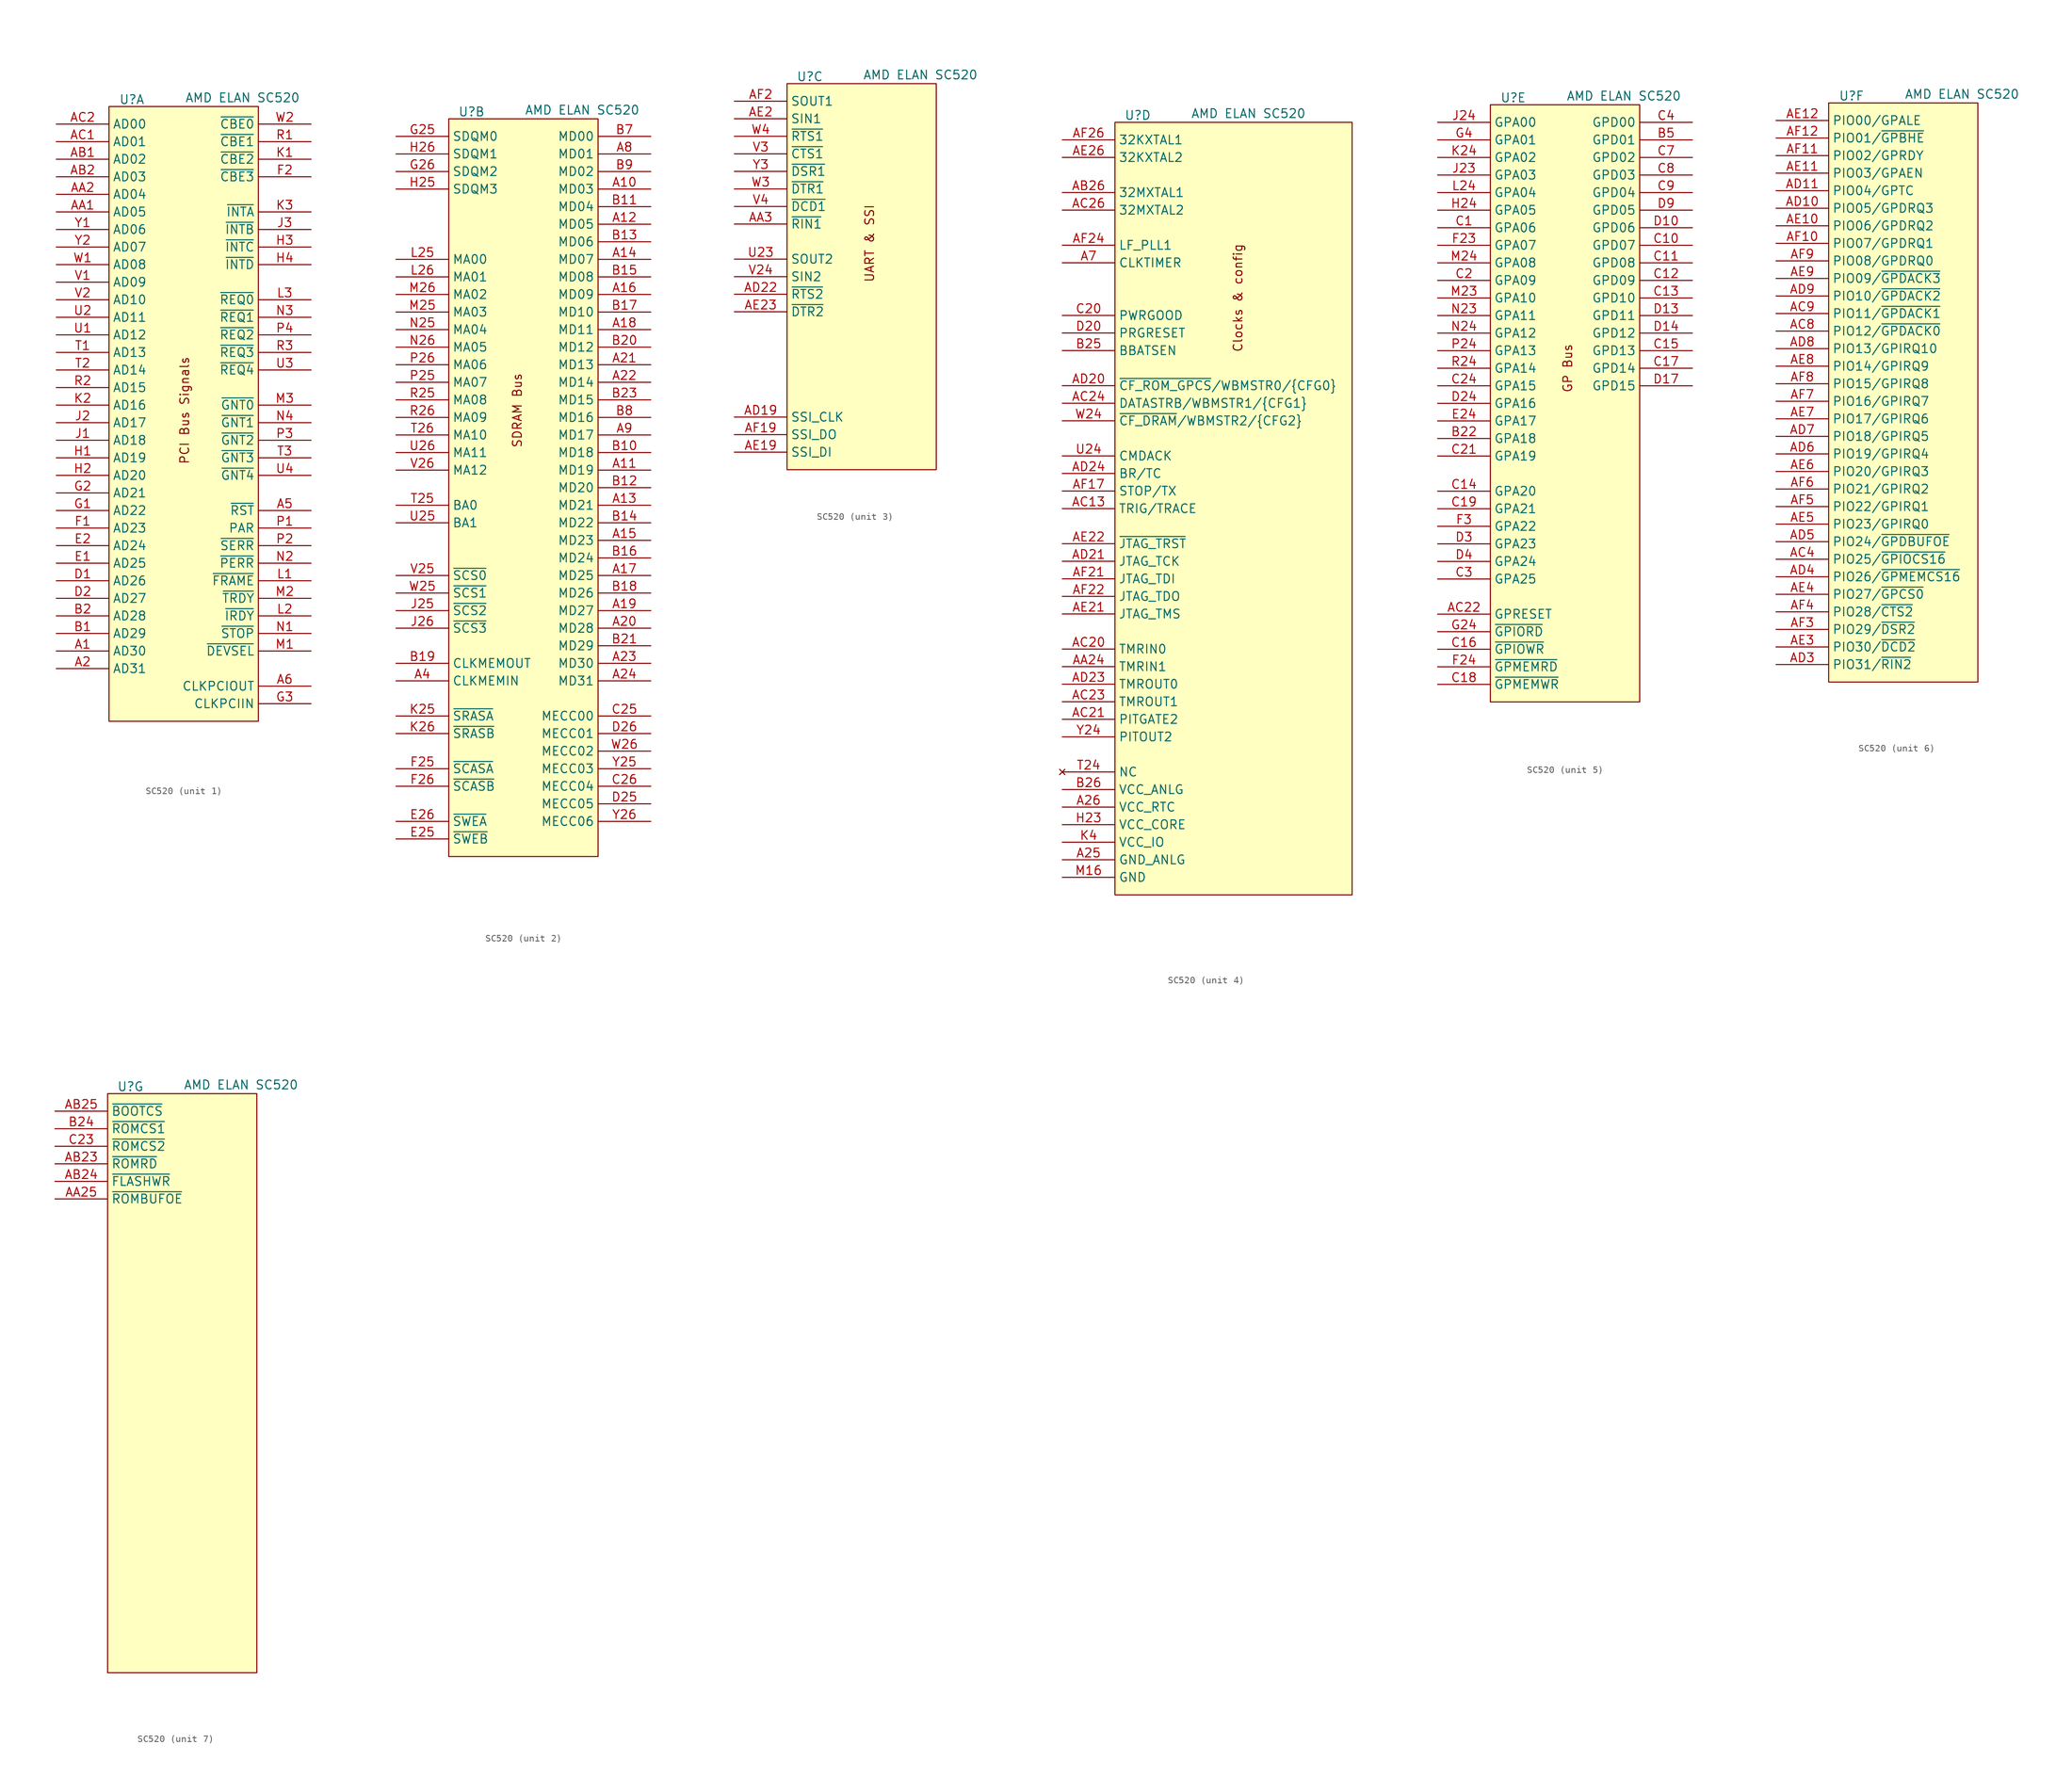
<source format=kicad_sym>
(kicad_symbol_lib
  (version 20241209)
  (generator "kicad_symbol_editor")
  (generator_version "9.0")
  (symbol "SC520"
    (property "Reference" "U"
      (at -4.318 1.016 0)
      (effects (font (size 1.27 1.27))))
    (property "Value" "AMD ELAN SC520"
      (at 11.684 1.27 0)
      (effects (font (size 1.27 1.27))))
    (property "ki_locked" ""
      (at 0 0 0)
      (effects (font (size 1.27 1.27))))
    (symbol "SC520_1_1"
      (rectangle (start -7.62 0) (end 13.97 -88.9) (stroke (width 0) (type solid)) (fill (type background)))
      (text "PCI Bus Signals" (at 3.302 -43.942 900) (effects (font (size 1.27 1.27))))
      (pin input line (at -15.24 -2.54 0) (length 7.62) (name "AD00" (effects (font (size 1.27 1.27)))) (number "AC2" (effects (font (size 1.27 1.27)))))
      (pin input line (at -15.24 -5.08 0) (length 7.62) (name "AD01" (effects (font (size 1.27 1.27)))) (number "AC1" (effects (font (size 1.27 1.27)))))
      (pin input line (at -15.24 -7.62 0) (length 7.62) (name "AD02" (effects (font (size 1.27 1.27)))) (number "AB1" (effects (font (size 1.27 1.27)))))
      (pin input line (at -15.24 -10.16 0) (length 7.62) (name "AD03" (effects (font (size 1.27 1.27)))) (number "AB2" (effects (font (size 1.27 1.27)))))
      (pin input line (at -15.24 -12.7 0) (length 7.62) (name "AD04" (effects (font (size 1.27 1.27)))) (number "AA2" (effects (font (size 1.27 1.27)))))
      (pin input line (at -15.24 -15.24 0) (length 7.62) (name "AD05" (effects (font (size 1.27 1.27)))) (number "AA1" (effects (font (size 1.27 1.27)))))
      (pin input line (at -15.24 -17.78 0) (length 7.62) (name "AD06" (effects (font (size 1.27 1.27)))) (number "Y1" (effects (font (size 1.27 1.27)))))
      (pin input line (at -15.24 -20.32 0) (length 7.62) (name "AD07" (effects (font (size 1.27 1.27)))) (number "Y2" (effects (font (size 1.27 1.27)))))
      (pin input line (at -15.24 -22.86 0) (length 7.62) (name "AD08" (effects (font (size 1.27 1.27)))) (number "W1" (effects (font (size 1.27 1.27)))))
      (pin input line (at -15.24 -25.4 0) (length 7.62) (name "AD09" (effects (font (size 1.27 1.27)))) (number "V1" (effects (font (size 1.27 1.27)))))
      (pin input line (at -15.24 -27.94 0) (length 7.62) (name "AD10" (effects (font (size 1.27 1.27)))) (number "V2" (effects (font (size 1.27 1.27)))))
      (pin input line (at -15.24 -30.48 0) (length 7.62) (name "AD11" (effects (font (size 1.27 1.27)))) (number "U2" (effects (font (size 1.27 1.27)))))
      (pin input line (at -15.24 -33.02 0) (length 7.62) (name "AD12" (effects (font (size 1.27 1.27)))) (number "U1" (effects (font (size 1.27 1.27)))))
      (pin input line (at -15.24 -35.56 0) (length 7.62) (name "AD13" (effects (font (size 1.27 1.27)))) (number "T1" (effects (font (size 1.27 1.27)))))
      (pin input line (at -15.24 -38.1 0) (length 7.62) (name "AD14" (effects (font (size 1.27 1.27)))) (number "T2" (effects (font (size 1.27 1.27)))))
      (pin input line (at -15.24 -40.64 0) (length 7.62) (name "AD15" (effects (font (size 1.27 1.27)))) (number "R2" (effects (font (size 1.27 1.27)))))
      (pin input line (at -15.24 -43.18 0) (length 7.62) (name "AD16" (effects (font (size 1.27 1.27)))) (number "K2" (effects (font (size 1.27 1.27)))))
      (pin input line (at -15.24 -45.72 0) (length 7.62) (name "AD17" (effects (font (size 1.27 1.27)))) (number "J2" (effects (font (size 1.27 1.27)))))
      (pin input line (at -15.24 -48.26 0) (length 7.62) (name "AD18" (effects (font (size 1.27 1.27)))) (number "J1" (effects (font (size 1.27 1.27)))))
      (pin input line (at -15.24 -50.8 0) (length 7.62) (name "AD19" (effects (font (size 1.27 1.27)))) (number "H1" (effects (font (size 1.27 1.27)))))
      (pin input line (at -15.24 -53.34 0) (length 7.62) (name "AD20" (effects (font (size 1.27 1.27)))) (number "H2" (effects (font (size 1.27 1.27)))))
      (pin input line (at -15.24 -55.88 0) (length 7.62) (name "AD21" (effects (font (size 1.27 1.27)))) (number "G2" (effects (font (size 1.27 1.27)))))
      (pin input line (at -15.24 -58.42 0) (length 7.62) (name "AD22" (effects (font (size 1.27 1.27)))) (number "G1" (effects (font (size 1.27 1.27)))))
      (pin input line (at -15.24 -60.96 0) (length 7.62) (name "AD23" (effects (font (size 1.27 1.27)))) (number "F1" (effects (font (size 1.27 1.27)))))
      (pin input line (at -15.24 -63.5 0) (length 7.62) (name "AD24" (effects (font (size 1.27 1.27)))) (number "E2" (effects (font (size 1.27 1.27)))))
      (pin input line (at -15.24 -66.04 0) (length 7.62) (name "AD25" (effects (font (size 1.27 1.27)))) (number "E1" (effects (font (size 1.27 1.27)))))
      (pin input line (at -15.24 -68.58 0) (length 7.62) (name "AD26" (effects (font (size 1.27 1.27)))) (number "D1" (effects (font (size 1.27 1.27)))))
      (pin input line (at -15.24 -71.12 0) (length 7.62) (name "AD27" (effects (font (size 1.27 1.27)))) (number "D2" (effects (font (size 1.27 1.27)))))
      (pin input line (at -15.24 -73.66 0) (length 7.62) (name "AD28" (effects (font (size 1.27 1.27)))) (number "B2" (effects (font (size 1.27 1.27)))))
      (pin input line (at -15.24 -76.2 0) (length 7.62) (name "AD29" (effects (font (size 1.27 1.27)))) (number "B1" (effects (font (size 1.27 1.27)))))
      (pin input line (at -15.24 -78.74 0) (length 7.62) (name "AD30" (effects (font (size 1.27 1.27)))) (number "A1" (effects (font (size 1.27 1.27)))))
      (pin input line (at -15.24 -81.28 0) (length 7.62) (name "AD31" (effects (font (size 1.27 1.27)))) (number "A2" (effects (font (size 1.27 1.27)))))
      (pin passive line (at 21.59 -2.54 180) (length 7.62) (name "~{CBE0}" (effects (font (size 1.27 1.27)))) (number "W2" (effects (font (size 1.27 1.27)))))
      (pin passive line (at 21.59 -5.08 180) (length 7.62) (name "~{CBE1}" (effects (font (size 1.27 1.27)))) (number "R1" (effects (font (size 1.27 1.27)))))
      (pin passive line (at 21.59 -7.62 180) (length 7.62) (name "~{CBE2}" (effects (font (size 1.27 1.27)))) (number "K1" (effects (font (size 1.27 1.27)))))
      (pin passive line (at 21.59 -10.16 180) (length 7.62) (name "~{CBE3}" (effects (font (size 1.27 1.27)))) (number "F2" (effects (font (size 1.27 1.27)))))
      (pin passive line (at 21.59 -15.24 180) (length 7.62) (name "~{INTA}" (effects (font (size 1.27 1.27)))) (number "K3" (effects (font (size 1.27 1.27)))))
      (pin passive line (at 21.59 -17.78 180) (length 7.62) (name "~{INTB}" (effects (font (size 1.27 1.27)))) (number "J3" (effects (font (size 1.27 1.27)))))
      (pin passive line (at 21.59 -20.32 180) (length 7.62) (name "~{INTC}" (effects (font (size 1.27 1.27)))) (number "H3" (effects (font (size 1.27 1.27)))))
      (pin passive line (at 21.59 -22.86 180) (length 7.62) (name "~{INTD}" (effects (font (size 1.27 1.27)))) (number "H4" (effects (font (size 1.27 1.27)))))
      (pin passive line (at 21.59 -27.94 180) (length 7.62) (name "~{REQ0}" (effects (font (size 1.27 1.27)))) (number "L3" (effects (font (size 1.27 1.27)))))
      (pin passive line (at 21.59 -30.48 180) (length 7.62) (name "~{REQ1}" (effects (font (size 1.27 1.27)))) (number "N3" (effects (font (size 1.27 1.27)))))
      (pin passive line (at 21.59 -33.02 180) (length 7.62) (name "~{REQ2}" (effects (font (size 1.27 1.27)))) (number "P4" (effects (font (size 1.27 1.27)))))
      (pin passive line (at 21.59 -35.56 180) (length 7.62) (name "~{REQ3}" (effects (font (size 1.27 1.27)))) (number "R3" (effects (font (size 1.27 1.27)))))
      (pin passive line (at 21.59 -38.1 180) (length 7.62) (name "~{REQ4}" (effects (font (size 1.27 1.27)))) (number "U3" (effects (font (size 1.27 1.27)))))
      (pin passive line (at 21.59 -43.18 180) (length 7.62) (name "~{GNT0}" (effects (font (size 1.27 1.27)))) (number "M3" (effects (font (size 1.27 1.27)))))
      (pin passive line (at 21.59 -45.72 180) (length 7.62) (name "~{GNT1}" (effects (font (size 1.27 1.27)))) (number "N4" (effects (font (size 1.27 1.27)))))
      (pin passive line (at 21.59 -48.26 180) (length 7.62) (name "~{GNT2}" (effects (font (size 1.27 1.27)))) (number "P3" (effects (font (size 1.27 1.27)))))
      (pin passive line (at 21.59 -50.8 180) (length 7.62) (name "~{GNT3}" (effects (font (size 1.27 1.27)))) (number "T3" (effects (font (size 1.27 1.27)))))
      (pin passive line (at 21.59 -53.34 180) (length 7.62) (name "~{GNT4}" (effects (font (size 1.27 1.27)))) (number "U4" (effects (font (size 1.27 1.27)))))
      (pin passive line (at 21.59 -58.42 180) (length 7.62) (name "~{RST}" (effects (font (size 1.27 1.27)))) (number "A5" (effects (font (size 1.27 1.27)))))
      (pin passive line (at 21.59 -60.96 180) (length 7.62) (name "PAR" (effects (font (size 1.27 1.27)))) (number "P1" (effects (font (size 1.27 1.27)))))
      (pin passive line (at 21.59 -63.5 180) (length 7.62) (name "~{SERR}" (effects (font (size 1.27 1.27)))) (number "P2" (effects (font (size 1.27 1.27)))))
      (pin passive line (at 21.59 -66.04 180) (length 7.62) (name "~{PERR}" (effects (font (size 1.27 1.27)))) (number "N2" (effects (font (size 1.27 1.27)))))
      (pin passive line (at 21.59 -68.58 180) (length 7.62) (name "~{FRAME}" (effects (font (size 1.27 1.27)))) (number "L1" (effects (font (size 1.27 1.27)))))
      (pin passive line (at 21.59 -71.12 180) (length 7.62) (name "~{TRDY}" (effects (font (size 1.27 1.27)))) (number "M2" (effects (font (size 1.27 1.27)))))
      (pin passive line (at 21.59 -73.66 180) (length 7.62) (name "~{IRDY}" (effects (font (size 1.27 1.27)))) (number "L2" (effects (font (size 1.27 1.27)))))
      (pin passive line (at 21.59 -76.2 180) (length 7.62) (name "~{STOP}" (effects (font (size 1.27 1.27)))) (number "N1" (effects (font (size 1.27 1.27)))))
      (pin passive line (at 21.59 -78.74 180) (length 7.62) (name "~{DEVSEL}" (effects (font (size 1.27 1.27)))) (number "M1" (effects (font (size 1.27 1.27)))))
      (pin passive line (at 21.59 -83.82 180) (length 7.62) (name "CLKPCIOUT" (effects (font (size 1.27 1.27)))) (number "A6" (effects (font (size 1.27 1.27)))))
      (pin passive line (at 21.59 -86.36 180) (length 7.62) (name "CLKPCIIN" (effects (font (size 1.27 1.27)))) (number "G3" (effects (font (size 1.27 1.27))))))
    (symbol "SC520_2_1"
      (rectangle (start -7.62 0) (end 13.97 -106.68) (stroke (width 0) (type solid)) (fill (type background)))
      (text "SDRAM Bus\n" (at 2.286 -42.164 900) (effects (font (size 1.27 1.27))))
      (pin passive line (at -15.24 -2.54 0) (length 7.62) (name "SDQM0" (effects (font (size 1.27 1.27)))) (number "G25" (effects (font (size 1.27 1.27)))))
      (pin passive line (at -15.24 -5.08 0) (length 7.62) (name "SDQM1" (effects (font (size 1.27 1.27)))) (number "H26" (effects (font (size 1.27 1.27)))))
      (pin passive line (at -15.24 -7.62 0) (length 7.62) (name "SDQM2" (effects (font (size 1.27 1.27)))) (number "G26" (effects (font (size 1.27 1.27)))))
      (pin passive line (at -15.24 -10.16 0) (length 7.62) (name "SDQM3" (effects (font (size 1.27 1.27)))) (number "H25" (effects (font (size 1.27 1.27)))))
      (pin passive line (at -15.24 -20.32 0) (length 7.62) (name "MA00" (effects (font (size 1.27 1.27)))) (number "L25" (effects (font (size 1.27 1.27)))))
      (pin passive line (at -15.24 -22.86 0) (length 7.62) (name "MA01" (effects (font (size 1.27 1.27)))) (number "L26" (effects (font (size 1.27 1.27)))))
      (pin passive line (at -15.24 -25.4 0) (length 7.62) (name "MA02" (effects (font (size 1.27 1.27)))) (number "M26" (effects (font (size 1.27 1.27)))))
      (pin passive line (at -15.24 -27.94 0) (length 7.62) (name "MA03" (effects (font (size 1.27 1.27)))) (number "M25" (effects (font (size 1.27 1.27)))))
      (pin passive line (at -15.24 -30.48 0) (length 7.62) (name "MA04" (effects (font (size 1.27 1.27)))) (number "N25" (effects (font (size 1.27 1.27)))))
      (pin passive line (at -15.24 -33.02 0) (length 7.62) (name "MA05" (effects (font (size 1.27 1.27)))) (number "N26" (effects (font (size 1.27 1.27)))))
      (pin passive line (at -15.24 -35.56 0) (length 7.62) (name "MA06" (effects (font (size 1.27 1.27)))) (number "P26" (effects (font (size 1.27 1.27)))))
      (pin passive line (at -15.24 -38.1 0) (length 7.62) (name "MA07" (effects (font (size 1.27 1.27)))) (number "P25" (effects (font (size 1.27 1.27)))))
      (pin passive line (at -15.24 -40.64 0) (length 7.62) (name "MA08" (effects (font (size 1.27 1.27)))) (number "R25" (effects (font (size 1.27 1.27)))))
      (pin passive line (at -15.24 -43.18 0) (length 7.62) (name "MA09" (effects (font (size 1.27 1.27)))) (number "R26" (effects (font (size 1.27 1.27)))))
      (pin passive line (at -15.24 -45.72 0) (length 7.62) (name "MA10" (effects (font (size 1.27 1.27)))) (number "T26" (effects (font (size 1.27 1.27)))))
      (pin passive line (at -15.24 -48.26 0) (length 7.62) (name "MA11" (effects (font (size 1.27 1.27)))) (number "U26" (effects (font (size 1.27 1.27)))))
      (pin passive line (at -15.24 -50.8 0) (length 7.62) (name "MA12" (effects (font (size 1.27 1.27)))) (number "V26" (effects (font (size 1.27 1.27)))))
      (pin passive line (at -15.24 -55.88 0) (length 7.62) (name "BA0" (effects (font (size 1.27 1.27)))) (number "T25" (effects (font (size 1.27 1.27)))))
      (pin passive line (at -15.24 -58.42 0) (length 7.62) (name "BA1" (effects (font (size 1.27 1.27)))) (number "U25" (effects (font (size 1.27 1.27)))))
      (pin passive line (at -15.24 -66.04 0) (length 7.62) (name "~{SCS0}" (effects (font (size 1.27 1.27)))) (number "V25" (effects (font (size 1.27 1.27)))))
      (pin passive line (at -15.24 -68.58 0) (length 7.62) (name "~{SCS1}" (effects (font (size 1.27 1.27)))) (number "W25" (effects (font (size 1.27 1.27)))))
      (pin passive line (at -15.24 -71.12 0) (length 7.62) (name "~{SCS2}" (effects (font (size 1.27 1.27)))) (number "J25" (effects (font (size 1.27 1.27)))))
      (pin passive line (at -15.24 -73.66 0) (length 7.62) (name "~{SCS3}" (effects (font (size 1.27 1.27)))) (number "J26" (effects (font (size 1.27 1.27)))))
      (pin passive line (at -15.24 -78.74 0) (length 7.62) (name "CLKMEMOUT" (effects (font (size 1.27 1.27)))) (number "B19" (effects (font (size 1.27 1.27)))))
      (pin passive line (at -15.24 -81.28 0) (length 7.62) (name "CLKMEMIN" (effects (font (size 1.27 1.27)))) (number "A4" (effects (font (size 1.27 1.27)))))
      (pin passive line (at -15.24 -86.36 0) (length 7.62) (name "~{SRASA}" (effects (font (size 1.27 1.27)))) (number "K25" (effects (font (size 1.27 1.27)))))
      (pin passive line (at -15.24 -88.9 0) (length 7.62) (name "~{SRASB}" (effects (font (size 1.27 1.27)))) (number "K26" (effects (font (size 1.27 1.27)))))
      (pin passive line (at -15.24 -93.98 0) (length 7.62) (name "~{SCASA}" (effects (font (size 1.27 1.27)))) (number "F25" (effects (font (size 1.27 1.27)))))
      (pin passive line (at -15.24 -96.52 0) (length 7.62) (name "~{SCASB}" (effects (font (size 1.27 1.27)))) (number "F26" (effects (font (size 1.27 1.27)))))
      (pin passive line (at -15.24 -101.6 0) (length 7.62) (name "~{SWEA}" (effects (font (size 1.27 1.27)))) (number "E26" (effects (font (size 1.27 1.27)))))
      (pin passive line (at -15.24 -104.14 0) (length 7.62) (name "~{SWEB}" (effects (font (size 1.27 1.27)))) (number "E25" (effects (font (size 1.27 1.27)))))
      (pin passive line (at 21.59 -2.54 180) (length 7.62) (name "MD00" (effects (font (size 1.27 1.27)))) (number "B7" (effects (font (size 1.27 1.27)))))
      (pin passive line (at 21.59 -5.08 180) (length 7.62) (name "MD01" (effects (font (size 1.27 1.27)))) (number "A8" (effects (font (size 1.27 1.27)))))
      (pin passive line (at 21.59 -7.62 180) (length 7.62) (name "MD02" (effects (font (size 1.27 1.27)))) (number "B9" (effects (font (size 1.27 1.27)))))
      (pin passive line (at 21.59 -10.16 180) (length 7.62) (name "MD03" (effects (font (size 1.27 1.27)))) (number "A10" (effects (font (size 1.27 1.27)))))
      (pin passive line (at 21.59 -12.7 180) (length 7.62) (name "MD04" (effects (font (size 1.27 1.27)))) (number "B11" (effects (font (size 1.27 1.27)))))
      (pin passive line (at 21.59 -15.24 180) (length 7.62) (name "MD05" (effects (font (size 1.27 1.27)))) (number "A12" (effects (font (size 1.27 1.27)))))
      (pin passive line (at 21.59 -17.78 180) (length 7.62) (name "MD06" (effects (font (size 1.27 1.27)))) (number "B13" (effects (font (size 1.27 1.27)))))
      (pin passive line (at 21.59 -20.32 180) (length 7.62) (name "MD07" (effects (font (size 1.27 1.27)))) (number "A14" (effects (font (size 1.27 1.27)))))
      (pin passive line (at 21.59 -22.86 180) (length 7.62) (name "MD08" (effects (font (size 1.27 1.27)))) (number "B15" (effects (font (size 1.27 1.27)))))
      (pin passive line (at 21.59 -25.4 180) (length 7.62) (name "MD09" (effects (font (size 1.27 1.27)))) (number "A16" (effects (font (size 1.27 1.27)))))
      (pin passive line (at 21.59 -27.94 180) (length 7.62) (name "MD10" (effects (font (size 1.27 1.27)))) (number "B17" (effects (font (size 1.27 1.27)))))
      (pin passive line (at 21.59 -30.48 180) (length 7.62) (name "MD11" (effects (font (size 1.27 1.27)))) (number "A18" (effects (font (size 1.27 1.27)))))
      (pin passive line (at 21.59 -33.02 180) (length 7.62) (name "MD12" (effects (font (size 1.27 1.27)))) (number "B20" (effects (font (size 1.27 1.27)))))
      (pin passive line (at 21.59 -35.56 180) (length 7.62) (name "MD13" (effects (font (size 1.27 1.27)))) (number "A21" (effects (font (size 1.27 1.27)))))
      (pin passive line (at 21.59 -38.1 180) (length 7.62) (name "MD14" (effects (font (size 1.27 1.27)))) (number "A22" (effects (font (size 1.27 1.27)))))
      (pin passive line (at 21.59 -40.64 180) (length 7.62) (name "MD15" (effects (font (size 1.27 1.27)))) (number "B23" (effects (font (size 1.27 1.27)))))
      (pin passive line (at 21.59 -43.18 180) (length 7.62) (name "MD16" (effects (font (size 1.27 1.27)))) (number "B8" (effects (font (size 1.27 1.27)))))
      (pin passive line (at 21.59 -45.72 180) (length 7.62) (name "MD17" (effects (font (size 1.27 1.27)))) (number "A9" (effects (font (size 1.27 1.27)))))
      (pin passive line (at 21.59 -48.26 180) (length 7.62) (name "MD18" (effects (font (size 1.27 1.27)))) (number "B10" (effects (font (size 1.27 1.27)))))
      (pin passive line (at 21.59 -50.8 180) (length 7.62) (name "MD19" (effects (font (size 1.27 1.27)))) (number "A11" (effects (font (size 1.27 1.27)))))
      (pin passive line (at 21.59 -53.34 180) (length 7.62) (name "MD20" (effects (font (size 1.27 1.27)))) (number "B12" (effects (font (size 1.27 1.27)))))
      (pin passive line (at 21.59 -55.88 180) (length 7.62) (name "MD21" (effects (font (size 1.27 1.27)))) (number "A13" (effects (font (size 1.27 1.27)))))
      (pin passive line (at 21.59 -58.42 180) (length 7.62) (name "MD22" (effects (font (size 1.27 1.27)))) (number "B14" (effects (font (size 1.27 1.27)))))
      (pin passive line (at 21.59 -60.96 180) (length 7.62) (name "MD23" (effects (font (size 1.27 1.27)))) (number "A15" (effects (font (size 1.27 1.27)))))
      (pin passive line (at 21.59 -63.5 180) (length 7.62) (name "MD24" (effects (font (size 1.27 1.27)))) (number "B16" (effects (font (size 1.27 1.27)))))
      (pin passive line (at 21.59 -66.04 180) (length 7.62) (name "MD25" (effects (font (size 1.27 1.27)))) (number "A17" (effects (font (size 1.27 1.27)))))
      (pin passive line (at 21.59 -68.58 180) (length 7.62) (name "MD26" (effects (font (size 1.27 1.27)))) (number "B18" (effects (font (size 1.27 1.27)))))
      (pin passive line (at 21.59 -71.12 180) (length 7.62) (name "MD27" (effects (font (size 1.27 1.27)))) (number "A19" (effects (font (size 1.27 1.27)))))
      (pin passive line (at 21.59 -73.66 180) (length 7.62) (name "MD28" (effects (font (size 1.27 1.27)))) (number "A20" (effects (font (size 1.27 1.27)))))
      (pin passive line (at 21.59 -76.2 180) (length 7.62) (name "MD29" (effects (font (size 1.27 1.27)))) (number "B21" (effects (font (size 1.27 1.27)))))
      (pin passive line (at 21.59 -78.74 180) (length 7.62) (name "MD30" (effects (font (size 1.27 1.27)))) (number "A23" (effects (font (size 1.27 1.27)))))
      (pin passive line (at 21.59 -81.28 180) (length 7.62) (name "MD31" (effects (font (size 1.27 1.27)))) (number "A24" (effects (font (size 1.27 1.27)))))
      (pin passive line (at 21.59 -86.36 180) (length 7.62) (name "MECC00" (effects (font (size 1.27 1.27)))) (number "C25" (effects (font (size 1.27 1.27)))))
      (pin passive line (at 21.59 -88.9 180) (length 7.62) (name "MECC01" (effects (font (size 1.27 1.27)))) (number "D26" (effects (font (size 1.27 1.27)))))
      (pin passive line (at 21.59 -91.44 180) (length 7.62) (name "MECC02" (effects (font (size 1.27 1.27)))) (number "W26" (effects (font (size 1.27 1.27)))))
      (pin passive line (at 21.59 -93.98 180) (length 7.62) (name "MECC03" (effects (font (size 1.27 1.27)))) (number "Y25" (effects (font (size 1.27 1.27)))))
      (pin passive line (at 21.59 -96.52 180) (length 7.62) (name "MECC04" (effects (font (size 1.27 1.27)))) (number "C26" (effects (font (size 1.27 1.27)))))
      (pin passive line (at 21.59 -99.06 180) (length 7.62) (name "MECC05" (effects (font (size 1.27 1.27)))) (number "D25" (effects (font (size 1.27 1.27)))))
      (pin passive line (at 21.59 -101.6 180) (length 7.62) (name "MECC06" (effects (font (size 1.27 1.27)))) (number "Y26" (effects (font (size 1.27 1.27))))))
    (symbol "SC520_3_1"
      (rectangle (start -7.62 0) (end 13.97 -55.88) (stroke (width 0) (type solid)) (fill (type background)))
      (text "UART & SSI" (at 4.318 -23.114 900) (effects (font (size 1.27 1.27))))
      (pin passive line (at -15.24 -2.54 0) (length 7.62) (name "SOUT1" (effects (font (size 1.27 1.27)))) (number "AF2" (effects (font (size 1.27 1.27)))))
      (pin passive line (at -15.24 -5.08 0) (length 7.62) (name "SIN1" (effects (font (size 1.27 1.27)))) (number "AE2" (effects (font (size 1.27 1.27)))))
      (pin passive line (at -15.24 -7.62 0) (length 7.62) (name "~{RTS1}" (effects (font (size 1.27 1.27)))) (number "W4" (effects (font (size 1.27 1.27)))))
      (pin passive line (at -15.24 -10.16 0) (length 7.62) (name "~{CTS1}" (effects (font (size 1.27 1.27)))) (number "V3" (effects (font (size 1.27 1.27)))))
      (pin passive line (at -15.24 -12.7 0) (length 7.62) (name "~{DSR1}" (effects (font (size 1.27 1.27)))) (number "Y3" (effects (font (size 1.27 1.27)))))
      (pin passive line (at -15.24 -15.24 0) (length 7.62) (name "~{DTR1}" (effects (font (size 1.27 1.27)))) (number "W3" (effects (font (size 1.27 1.27)))))
      (pin passive line (at -15.24 -17.78 0) (length 7.62) (name "~{DCD1}" (effects (font (size 1.27 1.27)))) (number "V4" (effects (font (size 1.27 1.27)))))
      (pin passive line (at -15.24 -20.32 0) (length 7.62) (name "~{RIN1}" (effects (font (size 1.27 1.27)))) (number "AA3" (effects (font (size 1.27 1.27)))))
      (pin passive line (at -15.24 -25.4 0) (length 7.62) (name "SOUT2" (effects (font (size 1.27 1.27)))) (number "U23" (effects (font (size 1.27 1.27)))))
      (pin passive line (at -15.24 -27.94 0) (length 7.62) (name "SIN2" (effects (font (size 1.27 1.27)))) (number "V24" (effects (font (size 1.27 1.27)))))
      (pin passive line (at -15.24 -30.48 0) (length 7.62) (name "~{RTS2}" (effects (font (size 1.27 1.27)))) (number "AD22" (effects (font (size 1.27 1.27)))))
      (pin passive line (at -15.24 -33.02 0) (length 7.62) (name "~{DTR2}" (effects (font (size 1.27 1.27)))) (number "AE23" (effects (font (size 1.27 1.27)))))
      (pin passive line (at -15.24 -48.26 0) (length 7.62) (name "SSI_CLK" (effects (font (size 1.27 1.27)))) (number "AD19" (effects (font (size 1.27 1.27)))))
      (pin passive line (at -15.24 -50.8 0) (length 7.62) (name "SSI_DO" (effects (font (size 1.27 1.27)))) (number "AF19" (effects (font (size 1.27 1.27)))))
      (pin passive line (at -15.24 -53.34 0) (length 7.62) (name "SSI_DI" (effects (font (size 1.27 1.27)))) (number "AE19" (effects (font (size 1.27 1.27))))))
    (symbol "SC520_4_1"
      (rectangle (start -7.62 0) (end 26.67 -111.76) (stroke (width 0) (type solid)) (fill (type background)))
      (text "Clocks & config" (at 10.16 -25.4 900) (effects (font (size 1.27 1.27))))
      (pin passive line (at -15.24 -2.54 0) (length 7.62) (name "32KXTAL1" (effects (font (size 1.27 1.27)))) (number "AF26" (effects (font (size 1.27 1.27)))))
      (pin passive line (at -15.24 -5.08 0) (length 7.62) (name "32KXTAL2" (effects (font (size 1.27 1.27)))) (number "AE26" (effects (font (size 1.27 1.27)))))
      (pin passive line (at -15.24 -10.16 0) (length 7.62) (name "32MXTAL1" (effects (font (size 1.27 1.27)))) (number "AB26" (effects (font (size 1.27 1.27)))))
      (pin passive line (at -15.24 -12.7 0) (length 7.62) (name "32MXTAL2" (effects (font (size 1.27 1.27)))) (number "AC26" (effects (font (size 1.27 1.27)))))
      (pin passive line (at -15.24 -17.78 0) (length 7.62) (name "LF_PLL1" (effects (font (size 1.27 1.27)))) (number "AF24" (effects (font (size 1.27 1.27)))))
      (pin passive line (at -15.24 -20.32 0) (length 7.62) (name "CLKTIMER" (effects (font (size 1.27 1.27)))) (number "A7" (effects (font (size 1.27 1.27)))))
      (pin passive line (at -15.24 -27.94 0) (length 7.62) (name "PWRGOOD" (effects (font (size 1.27 1.27)))) (number "C20" (effects (font (size 1.27 1.27)))))
      (pin passive line (at -15.24 -30.48 0) (length 7.62) (name "PRGRESET" (effects (font (size 1.27 1.27)))) (number "D20" (effects (font (size 1.27 1.27)))))
      (pin passive line (at -15.24 -33.02 0) (length 7.62) (name "BBATSEN" (effects (font (size 1.27 1.27)))) (number "B25" (effects (font (size 1.27 1.27)))))
      (pin passive line (at -15.24 -38.1 0) (length 7.62) (name "~{CF_ROM_GPCS}/WBMSTR0/{CFG0}" (effects (font (size 1.27 1.27)))) (number "AD20" (effects (font (size 1.27 1.27)))))
      (pin passive line (at -15.24 -40.64 0) (length 7.62) (name "DATASTRB/WBMSTR1/{CFG1}" (effects (font (size 1.27 1.27)))) (number "AC24" (effects (font (size 1.27 1.27)))))
      (pin passive line (at -15.24 -43.18 0) (length 7.62) (name "~{CF_DRAM}/WBMSTR2/{CFG2}" (effects (font (size 1.27 1.27)))) (number "W24" (effects (font (size 1.27 1.27)))))
      (pin passive line (at -15.24 -48.26 0) (length 7.62) (name "CMDACK" (effects (font (size 1.27 1.27)))) (number "U24" (effects (font (size 1.27 1.27)))))
      (pin passive line (at -15.24 -50.8 0) (length 7.62) (name "BR/TC" (effects (font (size 1.27 1.27)))) (number "AD24" (effects (font (size 1.27 1.27)))))
      (pin passive line (at -15.24 -53.34 0) (length 7.62) (name "STOP/TX" (effects (font (size 1.27 1.27)))) (number "AF17" (effects (font (size 1.27 1.27)))))
      (pin passive line (at -15.24 -55.88 0) (length 7.62) (name "TRIG/TRACE" (effects (font (size 1.27 1.27)))) (number "AC13" (effects (font (size 1.27 1.27)))))
      (pin passive line (at -15.24 -60.96 0) (length 7.62) (name "~{JTAG_TRST}" (effects (font (size 1.27 1.27)))) (number "AE22" (effects (font (size 1.27 1.27)))))
      (pin passive line (at -15.24 -63.5 0) (length 7.62) (name "JTAG_TCK" (effects (font (size 1.27 1.27)))) (number "AD21" (effects (font (size 1.27 1.27)))))
      (pin passive line (at -15.24 -66.04 0) (length 7.62) (name "JTAG_TDI" (effects (font (size 1.27 1.27)))) (number "AF21" (effects (font (size 1.27 1.27)))))
      (pin passive line (at -15.24 -68.58 0) (length 7.62) (name "JTAG_TDO" (effects (font (size 1.27 1.27)))) (number "AF22" (effects (font (size 1.27 1.27)))))
      (pin passive line (at -15.24 -71.12 0) (length 7.62) (name "JTAG_TMS" (effects (font (size 1.27 1.27)))) (number "AE21" (effects (font (size 1.27 1.27)))))
      (pin passive line (at -15.24 -76.2 0) (length 7.62) (name "TMRIN0" (effects (font (size 1.27 1.27)))) (number "AC20" (effects (font (size 1.27 1.27)))))
      (pin passive line (at -15.24 -78.74 0) (length 7.62) (name "TMRIN1" (effects (font (size 1.27 1.27)))) (number "AA24" (effects (font (size 1.27 1.27)))))
      (pin passive line (at -15.24 -81.28 0) (length 7.62) (name "TMROUT0" (effects (font (size 1.27 1.27)))) (number "AD23" (effects (font (size 1.27 1.27)))))
      (pin passive line (at -15.24 -83.82 0) (length 7.62) (name "TMROUT1" (effects (font (size 1.27 1.27)))) (number "AC23" (effects (font (size 1.27 1.27)))))
      (pin passive line (at -15.24 -86.36 0) (length 7.62) (name "PITGATE2" (effects (font (size 1.27 1.27)))) (number "AC21" (effects (font (size 1.27 1.27)))))
      (pin passive line (at -15.24 -88.9 0) (length 7.62) (name "PITOUT2" (effects (font (size 1.27 1.27)))) (number "Y24" (effects (font (size 1.27 1.27)))))
      (pin no_connect line (at -15.24 -93.98 0) (length 7.62) (hide yes) (name "NC" (effects (font (size 1.27 1.27)))) (number "A3" (effects (font (size 1.27 1.27)))))
      (pin no_connect line (at -15.24 -93.98 0) (length 7.62) (hide yes) (name "NC" (effects (font (size 1.27 1.27)))) (number "AA26" (effects (font (size 1.27 1.27)))))
      (pin no_connect line (at -15.24 -93.98 0) (length 7.62) (hide yes) (name "NC" (effects (font (size 1.27 1.27)))) (number "AB3" (effects (font (size 1.27 1.27)))))
      (pin no_connect line (at -15.24 -93.98 0) (length 7.62) (hide yes) (name "NC" (effects (font (size 1.27 1.27)))) (number "AB4" (effects (font (size 1.27 1.27)))))
      (pin no_connect line (at -15.24 -93.98 0) (length 7.62) (hide yes) (name "NC" (effects (font (size 1.27 1.27)))) (number "AC12" (effects (font (size 1.27 1.27)))))
      (pin no_connect line (at -15.24 -93.98 0) (length 7.62) (hide yes) (name "NC" (effects (font (size 1.27 1.27)))) (number "AC16" (effects (font (size 1.27 1.27)))))
      (pin no_connect line (at -15.24 -93.98 0) (length 7.62) (hide yes) (name "NC" (effects (font (size 1.27 1.27)))) (number "AC17" (effects (font (size 1.27 1.27)))))
      (pin no_connect line (at -15.24 -93.98 0) (length 7.62) (hide yes) (name "NC" (effects (font (size 1.27 1.27)))) (number "AC25" (effects (font (size 1.27 1.27)))))
      (pin no_connect line (at -15.24 -93.98 0) (length 7.62) (hide yes) (name "NC" (effects (font (size 1.27 1.27)))) (number "AC3" (effects (font (size 1.27 1.27)))))
      (pin no_connect line (at -15.24 -93.98 0) (length 7.62) (hide yes) (name "NC" (effects (font (size 1.27 1.27)))) (number "AD1" (effects (font (size 1.27 1.27)))))
      (pin no_connect line (at -15.24 -93.98 0) (length 7.62) (hide yes) (name "NC" (effects (font (size 1.27 1.27)))) (number "AD12" (effects (font (size 1.27 1.27)))))
      (pin no_connect line (at -15.24 -93.98 0) (length 7.62) (hide yes) (name "NC" (effects (font (size 1.27 1.27)))) (number "AD13" (effects (font (size 1.27 1.27)))))
      (pin no_connect line (at -15.24 -93.98 0) (length 7.62) (hide yes) (name "NC" (effects (font (size 1.27 1.27)))) (number "AD14" (effects (font (size 1.27 1.27)))))
      (pin no_connect line (at -15.24 -93.98 0) (length 7.62) (hide yes) (name "NC" (effects (font (size 1.27 1.27)))) (number "AD15" (effects (font (size 1.27 1.27)))))
      (pin no_connect line (at -15.24 -93.98 0) (length 7.62) (hide yes) (name "NC" (effects (font (size 1.27 1.27)))) (number "AD16" (effects (font (size 1.27 1.27)))))
      (pin no_connect line (at -15.24 -93.98 0) (length 7.62) (hide yes) (name "NC" (effects (font (size 1.27 1.27)))) (number "AD17" (effects (font (size 1.27 1.27)))))
      (pin no_connect line (at -15.24 -93.98 0) (length 7.62) (hide yes) (name "NC" (effects (font (size 1.27 1.27)))) (number "AD18" (effects (font (size 1.27 1.27)))))
      (pin no_connect line (at -15.24 -93.98 0) (length 7.62) (hide yes) (name "NC" (effects (font (size 1.27 1.27)))) (number "AD2" (effects (font (size 1.27 1.27)))))
      (pin no_connect line (at -15.24 -93.98 0) (length 7.62) (hide yes) (name "NC" (effects (font (size 1.27 1.27)))) (number "AD25" (effects (font (size 1.27 1.27)))))
      (pin no_connect line (at -15.24 -93.98 0) (length 7.62) (hide yes) (name "NC" (effects (font (size 1.27 1.27)))) (number "AD26" (effects (font (size 1.27 1.27)))))
      (pin no_connect line (at -15.24 -93.98 0) (length 7.62) (hide yes) (name "NC" (effects (font (size 1.27 1.27)))) (number "AE1" (effects (font (size 1.27 1.27)))))
      (pin no_connect line (at -15.24 -93.98 0) (length 7.62) (hide yes) (name "NC" (effects (font (size 1.27 1.27)))) (number "AE13" (effects (font (size 1.27 1.27)))))
      (pin no_connect line (at -15.24 -93.98 0) (length 7.62) (hide yes) (name "NC" (effects (font (size 1.27 1.27)))) (number "AE14" (effects (font (size 1.27 1.27)))))
      (pin no_connect line (at -15.24 -93.98 0) (length 7.62) (hide yes) (name "NC" (effects (font (size 1.27 1.27)))) (number "AE15" (effects (font (size 1.27 1.27)))))
      (pin no_connect line (at -15.24 -93.98 0) (length 7.62) (hide yes) (name "NC" (effects (font (size 1.27 1.27)))) (number "AE16" (effects (font (size 1.27 1.27)))))
      (pin no_connect line (at -15.24 -93.98 0) (length 7.62) (hide yes) (name "NC" (effects (font (size 1.27 1.27)))) (number "AE17" (effects (font (size 1.27 1.27)))))
      (pin no_connect line (at -15.24 -93.98 0) (length 7.62) (hide yes) (name "NC" (effects (font (size 1.27 1.27)))) (number "AE18" (effects (font (size 1.27 1.27)))))
      (pin no_connect line (at -15.24 -93.98 0) (length 7.62) (hide yes) (name "NC" (effects (font (size 1.27 1.27)))) (number "AE20" (effects (font (size 1.27 1.27)))))
      (pin no_connect line (at -15.24 -93.98 0) (length 7.62) (hide yes) (name "NC" (effects (font (size 1.27 1.27)))) (number "AE24" (effects (font (size 1.27 1.27)))))
      (pin no_connect line (at -15.24 -93.98 0) (length 7.62) (hide yes) (name "NC" (effects (font (size 1.27 1.27)))) (number "AE25" (effects (font (size 1.27 1.27)))))
      (pin no_connect line (at -15.24 -93.98 0) (length 7.62) (hide yes) (name "NC" (effects (font (size 1.27 1.27)))) (number "AF1" (effects (font (size 1.27 1.27)))))
      (pin no_connect line (at -15.24 -93.98 0) (length 7.62) (hide yes) (name "NC" (effects (font (size 1.27 1.27)))) (number "AF13" (effects (font (size 1.27 1.27)))))
      (pin no_connect line (at -15.24 -93.98 0) (length 7.62) (hide yes) (name "NC" (effects (font (size 1.27 1.27)))) (number "AF14" (effects (font (size 1.27 1.27)))))
      (pin no_connect line (at -15.24 -93.98 0) (length 7.62) (hide yes) (name "NC" (effects (font (size 1.27 1.27)))) (number "AF15" (effects (font (size 1.27 1.27)))))
      (pin no_connect line (at -15.24 -93.98 0) (length 7.62) (hide yes) (name "NC" (effects (font (size 1.27 1.27)))) (number "AF16" (effects (font (size 1.27 1.27)))))
      (pin no_connect line (at -15.24 -93.98 0) (length 7.62) (hide yes) (name "NC" (effects (font (size 1.27 1.27)))) (number "AF18" (effects (font (size 1.27 1.27)))))
      (pin no_connect line (at -15.24 -93.98 0) (length 7.62) (hide yes) (name "NC" (effects (font (size 1.27 1.27)))) (number "AF20" (effects (font (size 1.27 1.27)))))
      (pin no_connect line (at -15.24 -93.98 0) (length 7.62) (hide yes) (name "NC" (effects (font (size 1.27 1.27)))) (number "AF23" (effects (font (size 1.27 1.27)))))
      (pin no_connect line (at -15.24 -93.98 0) (length 7.62) (hide yes) (name "NC" (effects (font (size 1.27 1.27)))) (number "AF25" (effects (font (size 1.27 1.27)))))
      (pin no_connect line (at -15.24 -93.98 0) (length 7.62) (hide yes) (name "NC" (effects (font (size 1.27 1.27)))) (number "B3" (effects (font (size 1.27 1.27)))))
      (pin no_connect line (at -15.24 -93.98 0) (length 7.62) (hide yes) (name "NC" (effects (font (size 1.27 1.27)))) (number "B4" (effects (font (size 1.27 1.27)))))
      (pin no_connect line (at -15.24 -93.98 0) (length 7.62) (hide yes) (name "NC" (effects (font (size 1.27 1.27)))) (number "B6" (effects (font (size 1.27 1.27)))))
      (pin no_connect line (at -15.24 -93.98 0) (length 7.62) (hide yes) (name "NC" (effects (font (size 1.27 1.27)))) (number "C22" (effects (font (size 1.27 1.27)))))
      (pin no_connect line (at -15.24 -93.98 0) (length 7.62) (hide yes) (name "NC" (effects (font (size 1.27 1.27)))) (number "C5" (effects (font (size 1.27 1.27)))))
      (pin no_connect line (at -15.24 -93.98 0) (length 7.62) (hide yes) (name "NC" (effects (font (size 1.27 1.27)))) (number "C6" (effects (font (size 1.27 1.27)))))
      (pin no_connect line (at -15.24 -93.98 0) (length 7.62) (hide yes) (name "NC" (effects (font (size 1.27 1.27)))) (number "D23" (effects (font (size 1.27 1.27)))))
      (pin no_connect line (at -15.24 -93.98 0) (length 7.62) (hide yes) (name "NC" (effects (font (size 1.27 1.27)))) (number "E23" (effects (font (size 1.27 1.27)))))
      (pin no_connect line (at -15.24 -93.98 0) (length 7.62) (hide yes) (name "NC" (effects (font (size 1.27 1.27)))) (number "E3" (effects (font (size 1.27 1.27)))))
      (pin no_connect line (at -15.24 -93.98 0) (length 7.62) (hide yes) (name "NC" (effects (font (size 1.27 1.27)))) (number "T23" (effects (font (size 1.27 1.27)))))
      (pin no_connect line (at -15.24 -93.98 0) (length 7.62) (name "NC" (effects (font (size 1.27 1.27)))) (number "T24" (effects (font (size 1.27 1.27)))))
      (pin power_in line (at -15.24 -96.52 0) (length 7.62) (name "VCC_ANLG" (effects (font (size 1.27 1.27)))) (number "B26" (effects (font (size 1.27 1.27)))))
      (pin power_in line (at -15.24 -99.06 0) (length 7.62) (name "VCC_RTC" (effects (font (size 1.27 1.27)))) (number "A26" (effects (font (size 1.27 1.27)))))
      (pin power_in line (at -15.24 -101.6 0) (length 7.62) (hide yes) (name "VCC_CORE" (effects (font (size 1.27 1.27)))) (number "AC14" (effects (font (size 1.27 1.27)))))
      (pin power_in line (at -15.24 -101.6 0) (length 7.62) (hide yes) (name "VCC_CORE" (effects (font (size 1.27 1.27)))) (number "AC15" (effects (font (size 1.27 1.27)))))
      (pin power_in line (at -15.24 -101.6 0) (length 7.62) (hide yes) (name "VCC_CORE" (effects (font (size 1.27 1.27)))) (number "AC5" (effects (font (size 1.27 1.27)))))
      (pin power_in line (at -15.24 -101.6 0) (length 7.62) (hide yes) (name "VCC_CORE" (effects (font (size 1.27 1.27)))) (number "AC6" (effects (font (size 1.27 1.27)))))
      (pin power_in line (at -15.24 -101.6 0) (length 7.62) (hide yes) (name "VCC_CORE" (effects (font (size 1.27 1.27)))) (number "AC7" (effects (font (size 1.27 1.27)))))
      (pin power_in line (at -15.24 -101.6 0) (length 7.62) (hide yes) (name "VCC_CORE" (effects (font (size 1.27 1.27)))) (number "D11" (effects (font (size 1.27 1.27)))))
      (pin power_in line (at -15.24 -101.6 0) (length 7.62) (hide yes) (name "VCC_CORE" (effects (font (size 1.27 1.27)))) (number "D12" (effects (font (size 1.27 1.27)))))
      (pin power_in line (at -15.24 -101.6 0) (length 7.62) (hide yes) (name "VCC_CORE" (effects (font (size 1.27 1.27)))) (number "D18" (effects (font (size 1.27 1.27)))))
      (pin power_in line (at -15.24 -101.6 0) (length 7.62) (hide yes) (name "VCC_CORE" (effects (font (size 1.27 1.27)))) (number "D19" (effects (font (size 1.27 1.27)))))
      (pin power_in line (at -15.24 -101.6 0) (length 7.62) (hide yes) (name "VCC_CORE" (effects (font (size 1.27 1.27)))) (number "E4" (effects (font (size 1.27 1.27)))))
      (pin power_in line (at -15.24 -101.6 0) (length 7.62) (hide yes) (name "VCC_CORE" (effects (font (size 1.27 1.27)))) (number "F4" (effects (font (size 1.27 1.27)))))
      (pin power_in line (at -15.24 -101.6 0) (length 7.62) (hide yes) (name "VCC_CORE" (effects (font (size 1.27 1.27)))) (number "G23" (effects (font (size 1.27 1.27)))))
      (pin power_in line (at -15.24 -101.6 0) (length 7.62) (name "VCC_CORE" (effects (font (size 1.27 1.27)))) (number "H23" (effects (font (size 1.27 1.27)))))
      (pin power_in line (at -15.24 -101.6 0) (length 7.62) (hide yes) (name "VCC_CORE" (effects (font (size 1.27 1.27)))) (number "P23" (effects (font (size 1.27 1.27)))))
      (pin power_in line (at -15.24 -101.6 0) (length 7.62) (hide yes) (name "VCC_CORE" (effects (font (size 1.27 1.27)))) (number "R23" (effects (font (size 1.27 1.27)))))
      (pin power_in line (at -15.24 -101.6 0) (length 7.62) (hide yes) (name "VCC_CORE" (effects (font (size 1.27 1.27)))) (number "R4" (effects (font (size 1.27 1.27)))))
      (pin power_in line (at -15.24 -101.6 0) (length 7.62) (hide yes) (name "VCC_CORE" (effects (font (size 1.27 1.27)))) (number "T4" (effects (font (size 1.27 1.27)))))
      (pin power_in line (at -15.24 -104.14 0) (length 7.62) (hide yes) (name "VCC_IO" (effects (font (size 1.27 1.27)))) (number "AA23" (effects (font (size 1.27 1.27)))))
      (pin power_in line (at -15.24 -104.14 0) (length 7.62) (hide yes) (name "VCC_IO" (effects (font (size 1.27 1.27)))) (number "AA4" (effects (font (size 1.27 1.27)))))
      (pin power_in line (at -15.24 -104.14 0) (length 7.62) (hide yes) (name "VCC_IO" (effects (font (size 1.27 1.27)))) (number "AC10" (effects (font (size 1.27 1.27)))))
      (pin power_in line (at -15.24 -104.14 0) (length 7.62) (hide yes) (name "VCC_IO" (effects (font (size 1.27 1.27)))) (number "AC11" (effects (font (size 1.27 1.27)))))
      (pin power_in line (at -15.24 -104.14 0) (length 7.62) (hide yes) (name "VCC_IO" (effects (font (size 1.27 1.27)))) (number "AC18" (effects (font (size 1.27 1.27)))))
      (pin power_in line (at -15.24 -104.14 0) (length 7.62) (hide yes) (name "VCC_IO" (effects (font (size 1.27 1.27)))) (number "AC19" (effects (font (size 1.27 1.27)))))
      (pin power_in line (at -15.24 -104.14 0) (length 7.62) (hide yes) (name "VCC_IO" (effects (font (size 1.27 1.27)))) (number "D15" (effects (font (size 1.27 1.27)))))
      (pin power_in line (at -15.24 -104.14 0) (length 7.62) (hide yes) (name "VCC_IO" (effects (font (size 1.27 1.27)))) (number "D16" (effects (font (size 1.27 1.27)))))
      (pin power_in line (at -15.24 -104.14 0) (length 7.62) (hide yes) (name "VCC_IO" (effects (font (size 1.27 1.27)))) (number "D21" (effects (font (size 1.27 1.27)))))
      (pin power_in line (at -15.24 -104.14 0) (length 7.62) (hide yes) (name "VCC_IO" (effects (font (size 1.27 1.27)))) (number "D22" (effects (font (size 1.27 1.27)))))
      (pin power_in line (at -15.24 -104.14 0) (length 7.62) (hide yes) (name "VCC_IO" (effects (font (size 1.27 1.27)))) (number "D5" (effects (font (size 1.27 1.27)))))
      (pin power_in line (at -15.24 -104.14 0) (length 7.62) (hide yes) (name "VCC_IO" (effects (font (size 1.27 1.27)))) (number "D6" (effects (font (size 1.27 1.27)))))
      (pin power_in line (at -15.24 -104.14 0) (length 7.62) (hide yes) (name "VCC_IO" (effects (font (size 1.27 1.27)))) (number "D7" (effects (font (size 1.27 1.27)))))
      (pin power_in line (at -15.24 -104.14 0) (length 7.62) (hide yes) (name "VCC_IO" (effects (font (size 1.27 1.27)))) (number "D8" (effects (font (size 1.27 1.27)))))
      (pin power_in line (at -15.24 -104.14 0) (length 7.62) (hide yes) (name "VCC_IO" (effects (font (size 1.27 1.27)))) (number "J4" (effects (font (size 1.27 1.27)))))
      (pin power_in line (at -15.24 -104.14 0) (length 7.62) (hide yes) (name "VCC_IO" (effects (font (size 1.27 1.27)))) (number "K23" (effects (font (size 1.27 1.27)))))
      (pin power_in line (at -15.24 -104.14 0) (length 7.62) (name "VCC_IO" (effects (font (size 1.27 1.27)))) (number "K4" (effects (font (size 1.27 1.27)))))
      (pin power_in line (at -15.24 -104.14 0) (length 7.62) (hide yes) (name "VCC_IO" (effects (font (size 1.27 1.27)))) (number "L23" (effects (font (size 1.27 1.27)))))
      (pin power_in line (at -15.24 -104.14 0) (length 7.62) (hide yes) (name "VCC_IO" (effects (font (size 1.27 1.27)))) (number "L4" (effects (font (size 1.27 1.27)))))
      (pin power_in line (at -15.24 -104.14 0) (length 7.62) (hide yes) (name "VCC_IO" (effects (font (size 1.27 1.27)))) (number "M4" (effects (font (size 1.27 1.27)))))
      (pin power_in line (at -15.24 -104.14 0) (length 7.62) (hide yes) (name "VCC_IO" (effects (font (size 1.27 1.27)))) (number "V23" (effects (font (size 1.27 1.27)))))
      (pin power_in line (at -15.24 -104.14 0) (length 7.62) (hide yes) (name "VCC_IO" (effects (font (size 1.27 1.27)))) (number "W23" (effects (font (size 1.27 1.27)))))
      (pin power_in line (at -15.24 -104.14 0) (length 7.62) (hide yes) (name "VCC_IO" (effects (font (size 1.27 1.27)))) (number "Y23" (effects (font (size 1.27 1.27)))))
      (pin power_in line (at -15.24 -104.14 0) (length 7.62) (hide yes) (name "VCC_IO" (effects (font (size 1.27 1.27)))) (number "Y4" (effects (font (size 1.27 1.27)))))
      (pin power_in line (at -15.24 -106.68 0) (length 7.62) (name "GND_ANLG" (effects (font (size 1.27 1.27)))) (number "A25" (effects (font (size 1.27 1.27)))))
      (pin power_in line (at -15.24 -109.22 0) (length 7.62) (hide yes) (name "GND" (effects (font (size 1.27 1.27)))) (number "L11" (effects (font (size 1.27 1.27)))))
      (pin power_in line (at -15.24 -109.22 0) (length 7.62) (hide yes) (name "GND" (effects (font (size 1.27 1.27)))) (number "L12" (effects (font (size 1.27 1.27)))))
      (pin power_in line (at -15.24 -109.22 0) (length 7.62) (hide yes) (name "GND" (effects (font (size 1.27 1.27)))) (number "L13" (effects (font (size 1.27 1.27)))))
      (pin power_in line (at -15.24 -109.22 0) (length 7.62) (hide yes) (name "GND" (effects (font (size 1.27 1.27)))) (number "L14" (effects (font (size 1.27 1.27)))))
      (pin power_in line (at -15.24 -109.22 0) (length 7.62) (hide yes) (name "GND" (effects (font (size 1.27 1.27)))) (number "L15" (effects (font (size 1.27 1.27)))))
      (pin power_in line (at -15.24 -109.22 0) (length 7.62) (hide yes) (name "GND" (effects (font (size 1.27 1.27)))) (number "L16" (effects (font (size 1.27 1.27)))))
      (pin power_in line (at -15.24 -109.22 0) (length 7.62) (hide yes) (name "GND" (effects (font (size 1.27 1.27)))) (number "M11" (effects (font (size 1.27 1.27)))))
      (pin power_in line (at -15.24 -109.22 0) (length 7.62) (hide yes) (name "GND" (effects (font (size 1.27 1.27)))) (number "M12" (effects (font (size 1.27 1.27)))))
      (pin power_in line (at -15.24 -109.22 0) (length 7.62) (hide yes) (name "GND" (effects (font (size 1.27 1.27)))) (number "M13" (effects (font (size 1.27 1.27)))))
      (pin power_in line (at -15.24 -109.22 0) (length 7.62) (hide yes) (name "GND" (effects (font (size 1.27 1.27)))) (number "M14" (effects (font (size 1.27 1.27)))))
      (pin power_in line (at -15.24 -109.22 0) (length 7.62) (hide yes) (name "GND" (effects (font (size 1.27 1.27)))) (number "M15" (effects (font (size 1.27 1.27)))))
      (pin power_in line (at -15.24 -109.22 0) (length 7.62) (name "GND" (effects (font (size 1.27 1.27)))) (number "M16" (effects (font (size 1.27 1.27)))))
      (pin power_in line (at -15.24 -109.22 0) (length 7.62) (hide yes) (name "GND" (effects (font (size 1.27 1.27)))) (number "N11" (effects (font (size 1.27 1.27)))))
      (pin power_in line (at -15.24 -109.22 0) (length 7.62) (hide yes) (name "GND" (effects (font (size 1.27 1.27)))) (number "N12" (effects (font (size 1.27 1.27)))))
      (pin power_in line (at -15.24 -109.22 0) (length 7.62) (hide yes) (name "GND" (effects (font (size 1.27 1.27)))) (number "N13" (effects (font (size 1.27 1.27)))))
      (pin power_in line (at -15.24 -109.22 0) (length 7.62) (hide yes) (name "GND" (effects (font (size 1.27 1.27)))) (number "N14" (effects (font (size 1.27 1.27)))))
      (pin power_in line (at -15.24 -109.22 0) (length 7.62) (hide yes) (name "GND" (effects (font (size 1.27 1.27)))) (number "N15" (effects (font (size 1.27 1.27)))))
      (pin power_in line (at -15.24 -109.22 0) (length 7.62) (hide yes) (name "GND" (effects (font (size 1.27 1.27)))) (number "N16" (effects (font (size 1.27 1.27)))))
      (pin power_in line (at -15.24 -109.22 0) (length 7.62) (hide yes) (name "GND" (effects (font (size 1.27 1.27)))) (number "P11" (effects (font (size 1.27 1.27)))))
      (pin power_in line (at -15.24 -109.22 0) (length 7.62) (hide yes) (name "GND" (effects (font (size 1.27 1.27)))) (number "P12" (effects (font (size 1.27 1.27)))))
      (pin power_in line (at -15.24 -109.22 0) (length 7.62) (hide yes) (name "GND" (effects (font (size 1.27 1.27)))) (number "P13" (effects (font (size 1.27 1.27)))))
      (pin power_in line (at -15.24 -109.22 0) (length 7.62) (hide yes) (name "GND" (effects (font (size 1.27 1.27)))) (number "P14" (effects (font (size 1.27 1.27)))))
      (pin power_in line (at -15.24 -109.22 0) (length 7.62) (hide yes) (name "GND" (effects (font (size 1.27 1.27)))) (number "P15" (effects (font (size 1.27 1.27)))))
      (pin power_in line (at -15.24 -109.22 0) (length 7.62) (hide yes) (name "GND" (effects (font (size 1.27 1.27)))) (number "P16" (effects (font (size 1.27 1.27)))))
      (pin power_in line (at -15.24 -109.22 0) (length 7.62) (hide yes) (name "GND" (effects (font (size 1.27 1.27)))) (number "R11" (effects (font (size 1.27 1.27)))))
      (pin power_in line (at -15.24 -109.22 0) (length 7.62) (hide yes) (name "GND" (effects (font (size 1.27 1.27)))) (number "R12" (effects (font (size 1.27 1.27)))))
      (pin power_in line (at -15.24 -109.22 0) (length 7.62) (hide yes) (name "GND" (effects (font (size 1.27 1.27)))) (number "R13" (effects (font (size 1.27 1.27)))))
      (pin power_in line (at -15.24 -109.22 0) (length 7.62) (hide yes) (name "GND" (effects (font (size 1.27 1.27)))) (number "R14" (effects (font (size 1.27 1.27)))))
      (pin power_in line (at -15.24 -109.22 0) (length 7.62) (hide yes) (name "GND" (effects (font (size 1.27 1.27)))) (number "R15" (effects (font (size 1.27 1.27)))))
      (pin power_in line (at -15.24 -109.22 0) (length 7.62) (hide yes) (name "GND" (effects (font (size 1.27 1.27)))) (number "R16" (effects (font (size 1.27 1.27)))))
      (pin power_in line (at -15.24 -109.22 0) (length 7.62) (hide yes) (name "GND" (effects (font (size 1.27 1.27)))) (number "T11" (effects (font (size 1.27 1.27)))))
      (pin power_in line (at -15.24 -109.22 0) (length 7.62) (hide yes) (name "GND" (effects (font (size 1.27 1.27)))) (number "T12" (effects (font (size 1.27 1.27)))))
      (pin power_in line (at -15.24 -109.22 0) (length 7.62) (hide yes) (name "GND" (effects (font (size 1.27 1.27)))) (number "T13" (effects (font (size 1.27 1.27)))))
      (pin power_in line (at -15.24 -109.22 0) (length 7.62) (hide yes) (name "GND" (effects (font (size 1.27 1.27)))) (number "T14" (effects (font (size 1.27 1.27)))))
      (pin power_in line (at -15.24 -109.22 0) (length 7.62) (hide yes) (name "GND" (effects (font (size 1.27 1.27)))) (number "T15" (effects (font (size 1.27 1.27)))))
      (pin power_in line (at -15.24 -109.22 0) (length 7.62) (hide yes) (name "GND" (effects (font (size 1.27 1.27)))) (number "T16" (effects (font (size 1.27 1.27))))))
    (symbol "SC520_5_1"
      (rectangle (start -7.62 0) (end 13.97 -86.36) (stroke (width 0) (type solid)) (fill (type background)))
      (text "GP Bus" (at 3.556 -38.1 900) (effects (font (size 1.27 1.27))))
      (pin passive line (at -15.24 -2.54 0) (length 7.62) (name "GPA00" (effects (font (size 1.27 1.27)))) (number "J24" (effects (font (size 1.27 1.27)))))
      (pin passive line (at -15.24 -5.08 0) (length 7.62) (name "GPA01" (effects (font (size 1.27 1.27)))) (number "G4" (effects (font (size 1.27 1.27)))))
      (pin passive line (at -15.24 -7.62 0) (length 7.62) (name "GPA02" (effects (font (size 1.27 1.27)))) (number "K24" (effects (font (size 1.27 1.27)))))
      (pin passive line (at -15.24 -10.16 0) (length 7.62) (name "GPA03" (effects (font (size 1.27 1.27)))) (number "J23" (effects (font (size 1.27 1.27)))))
      (pin passive line (at -15.24 -12.7 0) (length 7.62) (name "GPA04" (effects (font (size 1.27 1.27)))) (number "L24" (effects (font (size 1.27 1.27)))))
      (pin passive line (at -15.24 -15.24 0) (length 7.62) (name "GPA05" (effects (font (size 1.27 1.27)))) (number "H24" (effects (font (size 1.27 1.27)))))
      (pin passive line (at -15.24 -17.78 0) (length 7.62) (name "GPA06" (effects (font (size 1.27 1.27)))) (number "C1" (effects (font (size 1.27 1.27)))))
      (pin passive line (at -15.24 -20.32 0) (length 7.62) (name "GPA07" (effects (font (size 1.27 1.27)))) (number "F23" (effects (font (size 1.27 1.27)))))
      (pin passive line (at -15.24 -22.86 0) (length 7.62) (name "GPA08" (effects (font (size 1.27 1.27)))) (number "M24" (effects (font (size 1.27 1.27)))))
      (pin passive line (at -15.24 -25.4 0) (length 7.62) (name "GPA09" (effects (font (size 1.27 1.27)))) (number "C2" (effects (font (size 1.27 1.27)))))
      (pin passive line (at -15.24 -27.94 0) (length 7.62) (name "GPA10" (effects (font (size 1.27 1.27)))) (number "M23" (effects (font (size 1.27 1.27)))))
      (pin passive line (at -15.24 -30.48 0) (length 7.62) (name "GPA11" (effects (font (size 1.27 1.27)))) (number "N23" (effects (font (size 1.27 1.27)))))
      (pin passive line (at -15.24 -33.02 0) (length 7.62) (name "GPA12" (effects (font (size 1.27 1.27)))) (number "N24" (effects (font (size 1.27 1.27)))))
      (pin passive line (at -15.24 -35.56 0) (length 7.62) (name "GPA13" (effects (font (size 1.27 1.27)))) (number "P24" (effects (font (size 1.27 1.27)))))
      (pin passive line (at -15.24 -38.1 0) (length 7.62) (name "GPA14" (effects (font (size 1.27 1.27)))) (number "R24" (effects (font (size 1.27 1.27)))))
      (pin passive line (at -15.24 -40.64 0) (length 7.62) (name "GPA15" (effects (font (size 1.27 1.27)))) (number "C24" (effects (font (size 1.27 1.27)))))
      (pin passive line (at -15.24 -43.18 0) (length 7.62) (name "GPA16" (effects (font (size 1.27 1.27)))) (number "D24" (effects (font (size 1.27 1.27)))))
      (pin passive line (at -15.24 -45.72 0) (length 7.62) (name "GPA17" (effects (font (size 1.27 1.27)))) (number "E24" (effects (font (size 1.27 1.27)))))
      (pin passive line (at -15.24 -48.26 0) (length 7.62) (name "GPA18" (effects (font (size 1.27 1.27)))) (number "B22" (effects (font (size 1.27 1.27)))))
      (pin passive line (at -15.24 -50.8 0) (length 7.62) (name "GPA19" (effects (font (size 1.27 1.27)))) (number "C21" (effects (font (size 1.27 1.27)))))
      (pin passive line (at -15.24 -55.88 0) (length 7.62) (name "GPA20" (effects (font (size 1.27 1.27)))) (number "C14" (effects (font (size 1.27 1.27)))))
      (pin passive line (at -15.24 -58.42 0) (length 7.62) (name "GPA21" (effects (font (size 1.27 1.27)))) (number "C19" (effects (font (size 1.27 1.27)))))
      (pin passive line (at -15.24 -60.96 0) (length 7.62) (name "GPA22" (effects (font (size 1.27 1.27)))) (number "F3" (effects (font (size 1.27 1.27)))))
      (pin passive line (at -15.24 -63.5 0) (length 7.62) (name "GPA23" (effects (font (size 1.27 1.27)))) (number "D3" (effects (font (size 1.27 1.27)))))
      (pin passive line (at -15.24 -66.04 0) (length 7.62) (name "GPA24" (effects (font (size 1.27 1.27)))) (number "D4" (effects (font (size 1.27 1.27)))))
      (pin passive line (at -15.24 -68.58 0) (length 7.62) (name "GPA25" (effects (font (size 1.27 1.27)))) (number "C3" (effects (font (size 1.27 1.27)))))
      (pin passive line (at -15.24 -73.66 0) (length 7.62) (name "GPRESET" (effects (font (size 1.27 1.27)))) (number "AC22" (effects (font (size 1.27 1.27)))))
      (pin passive line (at -15.24 -76.2 0) (length 7.62) (name "~{GPIORD}" (effects (font (size 1.27 1.27)))) (number "G24" (effects (font (size 1.27 1.27)))))
      (pin passive line (at -15.24 -78.74 0) (length 7.62) (name "~{GPIOWR}" (effects (font (size 1.27 1.27)))) (number "C16" (effects (font (size 1.27 1.27)))))
      (pin passive line (at -15.24 -81.28 0) (length 7.62) (name "~{GPMEMRD}" (effects (font (size 1.27 1.27)))) (number "F24" (effects (font (size 1.27 1.27)))))
      (pin passive line (at -15.24 -83.82 0) (length 7.62) (name "~{GPMEMWR}" (effects (font (size 1.27 1.27)))) (number "C18" (effects (font (size 1.27 1.27)))))
      (pin passive line (at 21.59 -2.54 180) (length 7.62) (name "GPD00" (effects (font (size 1.27 1.27)))) (number "C4" (effects (font (size 1.27 1.27)))))
      (pin passive line (at 21.59 -5.08 180) (length 7.62) (name "GPD01" (effects (font (size 1.27 1.27)))) (number "B5" (effects (font (size 1.27 1.27)))))
      (pin passive line (at 21.59 -7.62 180) (length 7.62) (name "GPD02" (effects (font (size 1.27 1.27)))) (number "C7" (effects (font (size 1.27 1.27)))))
      (pin passive line (at 21.59 -10.16 180) (length 7.62) (name "GPD03" (effects (font (size 1.27 1.27)))) (number "C8" (effects (font (size 1.27 1.27)))))
      (pin passive line (at 21.59 -12.7 180) (length 7.62) (name "GPD04" (effects (font (size 1.27 1.27)))) (number "C9" (effects (font (size 1.27 1.27)))))
      (pin passive line (at 21.59 -15.24 180) (length 7.62) (name "GPD05" (effects (font (size 1.27 1.27)))) (number "D9" (effects (font (size 1.27 1.27)))))
      (pin passive line (at 21.59 -17.78 180) (length 7.62) (name "GPD06" (effects (font (size 1.27 1.27)))) (number "D10" (effects (font (size 1.27 1.27)))))
      (pin passive line (at 21.59 -20.32 180) (length 7.62) (name "GPD07" (effects (font (size 1.27 1.27)))) (number "C10" (effects (font (size 1.27 1.27)))))
      (pin passive line (at 21.59 -22.86 180) (length 7.62) (name "GPD08" (effects (font (size 1.27 1.27)))) (number "C11" (effects (font (size 1.27 1.27)))))
      (pin passive line (at 21.59 -25.4 180) (length 7.62) (name "GPD09" (effects (font (size 1.27 1.27)))) (number "C12" (effects (font (size 1.27 1.27)))))
      (pin passive line (at 21.59 -27.94 180) (length 7.62) (name "GPD10" (effects (font (size 1.27 1.27)))) (number "C13" (effects (font (size 1.27 1.27)))))
      (pin passive line (at 21.59 -30.48 180) (length 7.62) (name "GPD11" (effects (font (size 1.27 1.27)))) (number "D13" (effects (font (size 1.27 1.27)))))
      (pin passive line (at 21.59 -33.02 180) (length 7.62) (name "GPD12" (effects (font (size 1.27 1.27)))) (number "D14" (effects (font (size 1.27 1.27)))))
      (pin passive line (at 21.59 -35.56 180) (length 7.62) (name "GPD13" (effects (font (size 1.27 1.27)))) (number "C15" (effects (font (size 1.27 1.27)))))
      (pin passive line (at 21.59 -38.1 180) (length 7.62) (name "GPD14" (effects (font (size 1.27 1.27)))) (number "C17" (effects (font (size 1.27 1.27)))))
      (pin passive line (at 21.59 -40.64 180) (length 7.62) (name "GPD15" (effects (font (size 1.27 1.27)))) (number "D17" (effects (font (size 1.27 1.27))))))
    (symbol "SC520_6_1"
      (rectangle (start -7.62 0) (end 13.97 -83.82) (stroke (width 0) (type solid)) (fill (type background)))
      (pin passive line (at -15.24 -2.54 0) (length 7.62) (name "PIO00/GPALE" (effects (font (size 1.27 1.27)))) (number "AE12" (effects (font (size 1.27 1.27)))))
      (pin passive line (at -15.24 -5.08 0) (length 7.62) (name "PIO01/~{GPBHE}" (effects (font (size 1.27 1.27)))) (number "AF12" (effects (font (size 1.27 1.27)))))
      (pin passive line (at -15.24 -7.62 0) (length 7.62) (name "PIO02/GPRDY" (effects (font (size 1.27 1.27)))) (number "AF11" (effects (font (size 1.27 1.27)))))
      (pin passive line (at -15.24 -10.16 0) (length 7.62) (name "PIO03/GPAEN" (effects (font (size 1.27 1.27)))) (number "AE11" (effects (font (size 1.27 1.27)))))
      (pin passive line (at -15.24 -12.7 0) (length 7.62) (name "PIO04/GPTC" (effects (font (size 1.27 1.27)))) (number "AD11" (effects (font (size 1.27 1.27)))))
      (pin passive line (at -15.24 -15.24 0) (length 7.62) (name "PIO05/GPDRQ3" (effects (font (size 1.27 1.27)))) (number "AD10" (effects (font (size 1.27 1.27)))))
      (pin passive line (at -15.24 -17.78 0) (length 7.62) (name "PIO06/GPDRQ2" (effects (font (size 1.27 1.27)))) (number "AE10" (effects (font (size 1.27 1.27)))))
      (pin passive line (at -15.24 -20.32 0) (length 7.62) (name "PIO07/GPDRQ1" (effects (font (size 1.27 1.27)))) (number "AF10" (effects (font (size 1.27 1.27)))))
      (pin passive line (at -15.24 -22.86 0) (length 7.62) (name "PIO08/GPDRQ0" (effects (font (size 1.27 1.27)))) (number "AF9" (effects (font (size 1.27 1.27)))))
      (pin passive line (at -15.24 -25.4 0) (length 7.62) (name "PIO09/~{GPDACK3}" (effects (font (size 1.27 1.27)))) (number "AE9" (effects (font (size 1.27 1.27)))))
      (pin passive line (at -15.24 -27.94 0) (length 7.62) (name "PIO10/~{GPDACK2}" (effects (font (size 1.27 1.27)))) (number "AD9" (effects (font (size 1.27 1.27)))))
      (pin passive line (at -15.24 -30.48 0) (length 7.62) (name "PIO11/~{GPDACK1}" (effects (font (size 1.27 1.27)))) (number "AC9" (effects (font (size 1.27 1.27)))))
      (pin passive line (at -15.24 -33.02 0) (length 7.62) (name "PIO12/~{GPDACK0}" (effects (font (size 1.27 1.27)))) (number "AC8" (effects (font (size 1.27 1.27)))))
      (pin passive line (at -15.24 -35.56 0) (length 7.62) (name "PIO13/GPIRQ10" (effects (font (size 1.27 1.27)))) (number "AD8" (effects (font (size 1.27 1.27)))))
      (pin passive line (at -15.24 -38.1 0) (length 7.62) (name "PIO14/GPIRQ9" (effects (font (size 1.27 1.27)))) (number "AE8" (effects (font (size 1.27 1.27)))))
      (pin passive line (at -15.24 -40.64 0) (length 7.62) (name "PIO15/GPIRQ8" (effects (font (size 1.27 1.27)))) (number "AF8" (effects (font (size 1.27 1.27)))))
      (pin passive line (at -15.24 -43.18 0) (length 7.62) (name "PIO16/GPIRQ7" (effects (font (size 1.27 1.27)))) (number "AF7" (effects (font (size 1.27 1.27)))))
      (pin passive line (at -15.24 -45.72 0) (length 7.62) (name "PIO17/GPIRQ6" (effects (font (size 1.27 1.27)))) (number "AE7" (effects (font (size 1.27 1.27)))))
      (pin passive line (at -15.24 -48.26 0) (length 7.62) (name "PIO18/GPIRQ5" (effects (font (size 1.27 1.27)))) (number "AD7" (effects (font (size 1.27 1.27)))))
      (pin passive line (at -15.24 -50.8 0) (length 7.62) (name "PIO19/GPIRQ4" (effects (font (size 1.27 1.27)))) (number "AD6" (effects (font (size 1.27 1.27)))))
      (pin passive line (at -15.24 -53.34 0) (length 7.62) (name "PIO20/GPIRQ3" (effects (font (size 1.27 1.27)))) (number "AE6" (effects (font (size 1.27 1.27)))))
      (pin passive line (at -15.24 -55.88 0) (length 7.62) (name "PIO21/GPIRQ2" (effects (font (size 1.27 1.27)))) (number "AF6" (effects (font (size 1.27 1.27)))))
      (pin passive line (at -15.24 -58.42 0) (length 7.62) (name "PIO22/GPIRQ1" (effects (font (size 1.27 1.27)))) (number "AF5" (effects (font (size 1.27 1.27)))))
      (pin passive line (at -15.24 -60.96 0) (length 7.62) (name "PIO23/GPIRQ0" (effects (font (size 1.27 1.27)))) (number "AE5" (effects (font (size 1.27 1.27)))))
      (pin passive line (at -15.24 -63.5 0) (length 7.62) (name "PIO24/~{GPDBUFOE}" (effects (font (size 1.27 1.27)))) (number "AD5" (effects (font (size 1.27 1.27)))))
      (pin passive line (at -15.24 -66.04 0) (length 7.62) (name "PIO25/~{GPIOCS16}" (effects (font (size 1.27 1.27)))) (number "AC4" (effects (font (size 1.27 1.27)))))
      (pin passive line (at -15.24 -68.58 0) (length 7.62) (name "PIO26/~{GPMEMCS16}" (effects (font (size 1.27 1.27)))) (number "AD4" (effects (font (size 1.27 1.27)))))
      (pin passive line (at -15.24 -71.12 0) (length 7.62) (name "PIO27/~{GPCS0}" (effects (font (size 1.27 1.27)))) (number "AE4" (effects (font (size 1.27 1.27)))))
      (pin passive line (at -15.24 -73.66 0) (length 7.62) (name "PIO28/~{CTS2}" (effects (font (size 1.27 1.27)))) (number "AF4" (effects (font (size 1.27 1.27)))))
      (pin passive line (at -15.24 -76.2 0) (length 7.62) (name "PIO29/~{DSR2}" (effects (font (size 1.27 1.27)))) (number "AF3" (effects (font (size 1.27 1.27)))))
      (pin passive line (at -15.24 -78.74 0) (length 7.62) (name "PIO30/~{DCD2}" (effects (font (size 1.27 1.27)))) (number "AE3" (effects (font (size 1.27 1.27)))))
      (pin passive line (at -15.24 -81.28 0) (length 7.62) (name "PIO31/~{RIN2}" (effects (font (size 1.27 1.27)))) (number "AD3" (effects (font (size 1.27 1.27))))))
    (symbol "SC520_7_1"
      (rectangle (start -7.62 0) (end 13.97 -83.82) (stroke (width 0) (type solid)) (fill (type background)))
      (pin passive line (at -15.24 -2.54 0) (length 7.62) (name "~{BOOTCS}" (effects (font (size 1.27 1.27)))) (number "AB25" (effects (font (size 1.27 1.27)))))
      (pin passive line (at -15.24 -5.08 0) (length 7.62) (name "~{ROMCS1}" (effects (font (size 1.27 1.27)))) (number "B24" (effects (font (size 1.27 1.27)))))
      (pin passive line (at -15.24 -7.62 0) (length 7.62) (name "~{ROMCS2}" (effects (font (size 1.27 1.27)))) (number "C23" (effects (font (size 1.27 1.27)))))
      (pin passive line (at -15.24 -10.16 0) (length 7.62) (name "~{ROMRD}" (effects (font (size 1.27 1.27)))) (number "AB23" (effects (font (size 1.27 1.27)))))
      (pin passive line (at -15.24 -12.7 0) (length 7.62) (name "~{FLASHWR}" (effects (font (size 1.27 1.27)))) (number "AB24" (effects (font (size 1.27 1.27)))))
      (pin passive line (at -15.24 -15.24 0) (length 7.62) (name "~{ROMBUFOE}" (effects (font (size 1.27 1.27)))) (number "AA25" (effects (font (size 1.27 1.27))))))))
</source>
